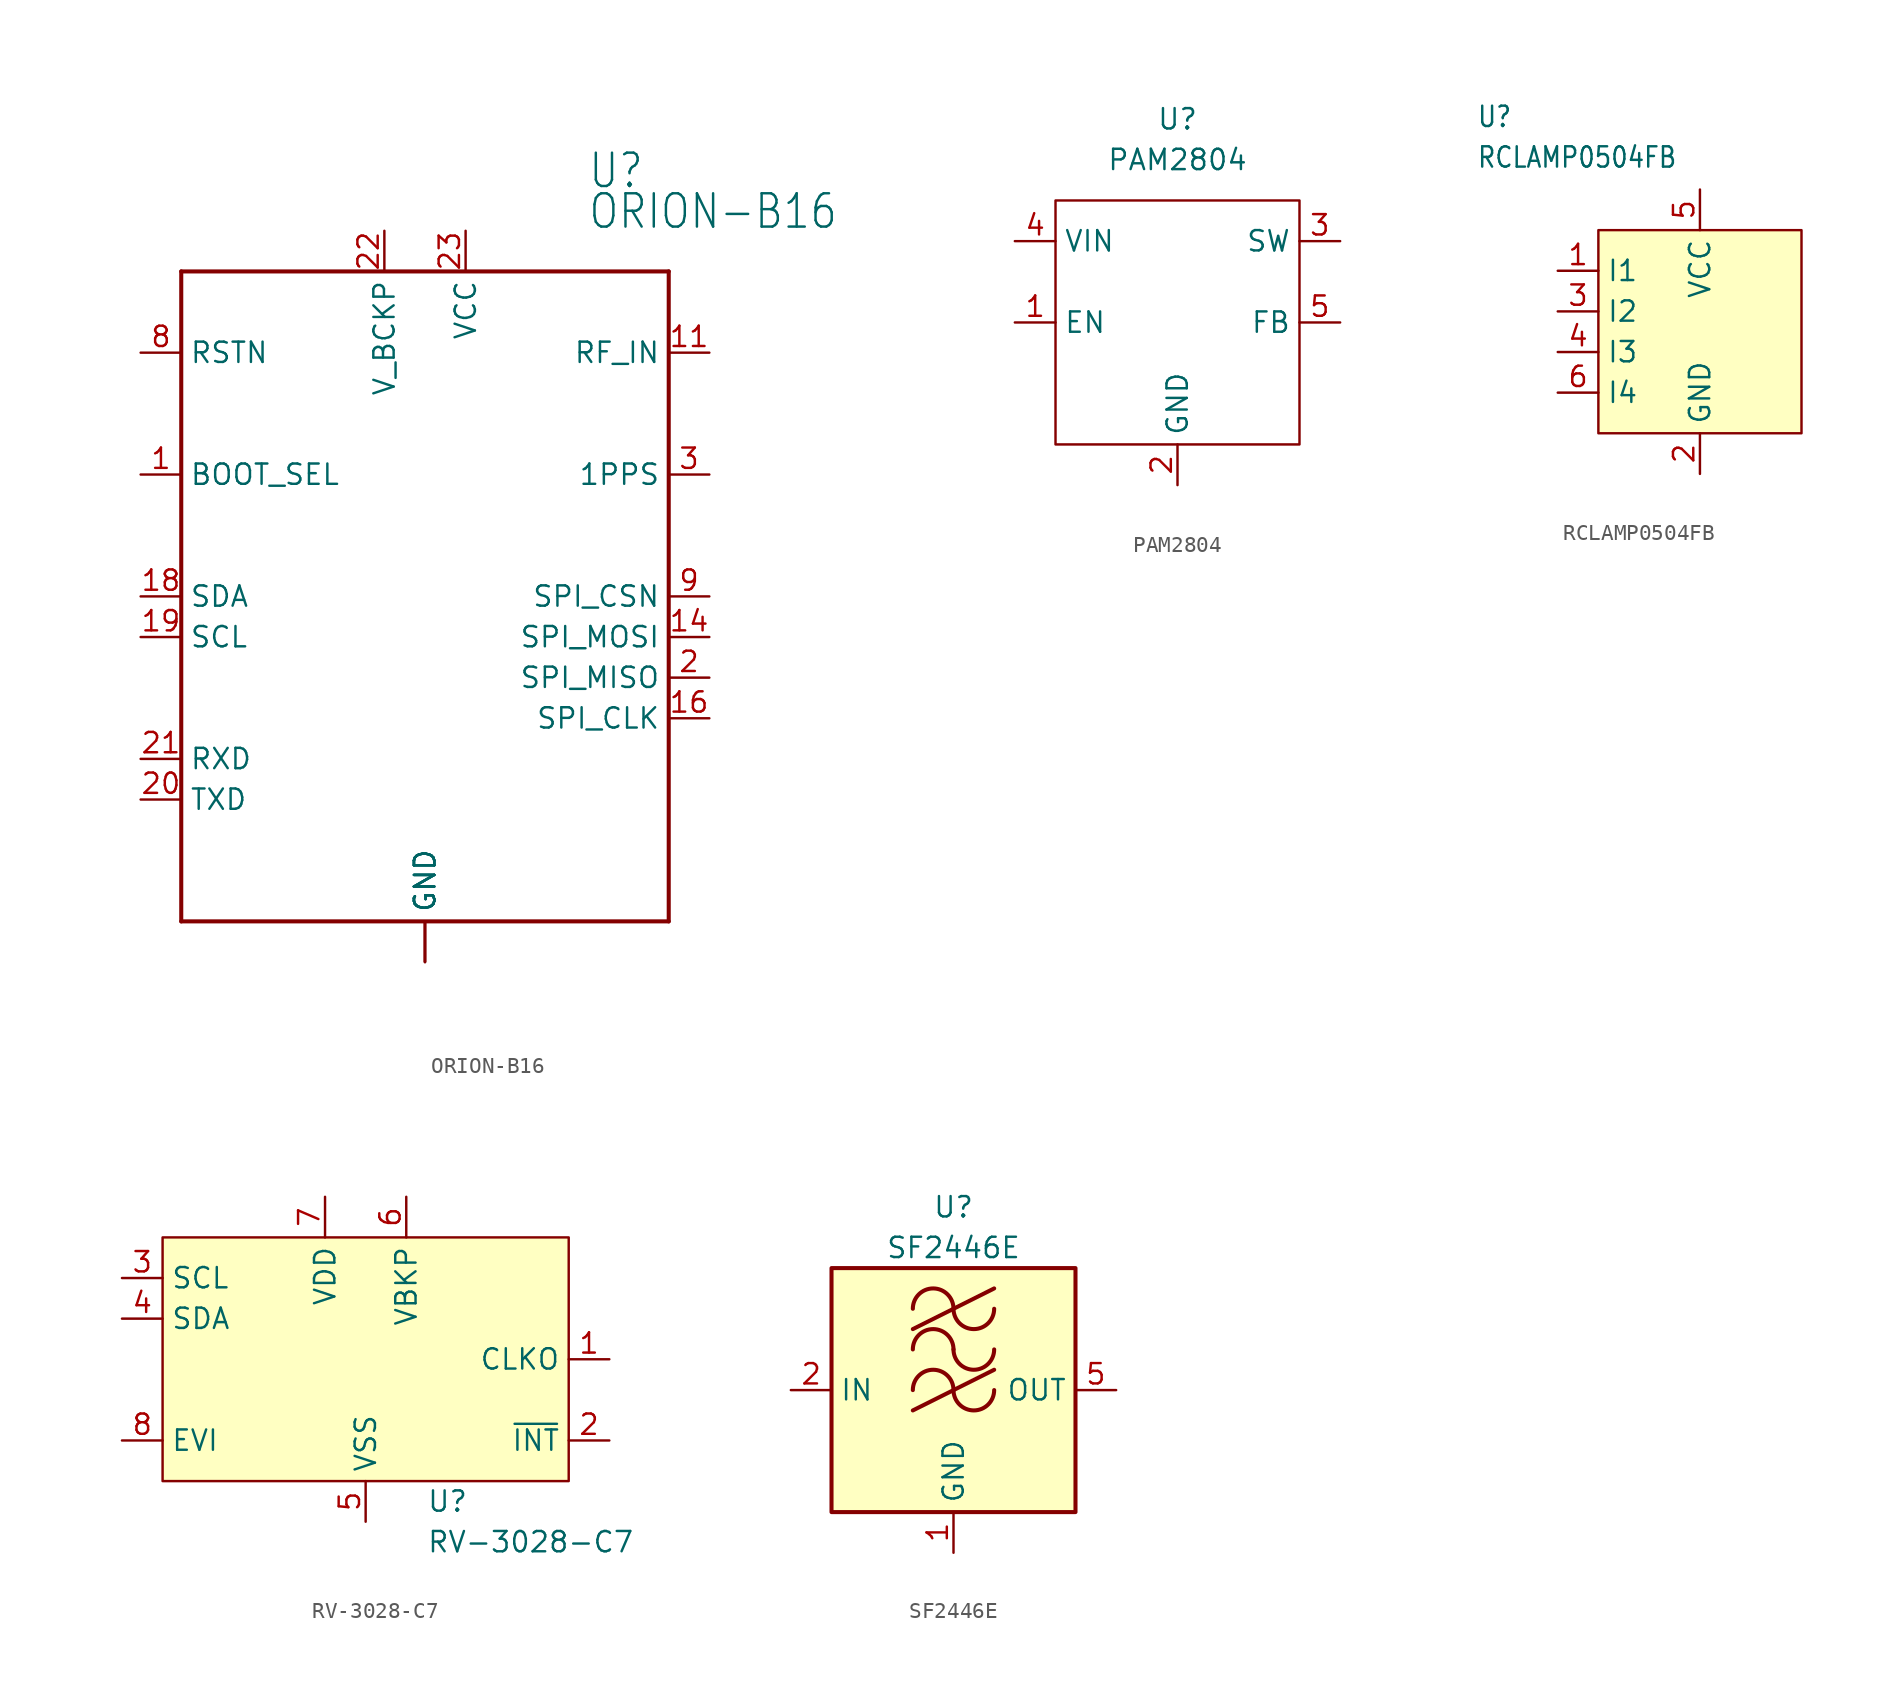
<source format=kicad_sym>
(kicad_symbol_lib
  (version 20220914)
  (generator kicad_symbol_editor)
  (symbol "ORION-B16"
    (property "Reference" "U"
      (at 10.16 25.4 0)
      (effects (font (size 2.083 1.77)) (justify left bottom)))
    (property "Value" "ORION-B16"
      (at 10.16 22.86 0)
      (effects (font (size 2.083 1.77)) (justify left bottom)))
    (symbol "ORION-B16_1_0"
      (polyline (pts (xy -15.24 -20.32) (xy -15.24 20.32)) (stroke (width 0.254) (type default)) (fill (type none)))
      (polyline (pts (xy -15.24 20.32) (xy 15.24 20.32)) (stroke (width 0.254) (type default)) (fill (type none)))
      (polyline (pts (xy 15.24 -20.32) (xy -15.24 -20.32)) (stroke (width 0.254) (type default)) (fill (type none)))
      (polyline (pts (xy 15.24 20.32) (xy 15.24 -20.32)) (stroke (width 0.254) (type default)) (fill (type none)))
      (pin input line (at -17.78 7.62 0) (length 2.54) (name "BOOT_SEL" (effects (font (size 1.27 1.27)))) (number "1" (effects (font (size 1.27 1.27)))))
      (pin power_in line (at 0 -22.86 90) (length 2.54) (name "GND" (effects (font (size 1.27 1.27)))) (number "10" (effects (font (size 0 0)))))
      (pin input line (at 17.78 15.24 180) (length 2.54) (name "RF_IN" (effects (font (size 1.27 1.27)))) (number "11" (effects (font (size 1.27 1.27)))))
      (pin power_in line (at 0 -22.86 90) (length 2.54) (name "GND" (effects (font (size 1.27 1.27)))) (number "12" (effects (font (size 0 0)))))
      (pin power_in line (at 0 -22.86 90) (length 2.54) (name "GND" (effects (font (size 1.27 1.27)))) (number "13" (effects (font (size 0 0)))))
      (pin input line (at 17.78 -2.54 180) (length 2.54) (name "SPI_MOSI" (effects (font (size 1.27 1.27)))) (number "14" (effects (font (size 1.27 1.27)))))
      (pin input line (at 17.78 -7.62 180) (length 2.54) (name "SPI_CLK" (effects (font (size 1.27 1.27)))) (number "16" (effects (font (size 1.27 1.27)))))
      (pin bidirectional line (at -17.78 0 0) (length 2.54) (name "SDA" (effects (font (size 1.27 1.27)))) (number "18" (effects (font (size 1.27 1.27)))))
      (pin input line (at -17.78 -2.54 0) (length 2.54) (name "SCL" (effects (font (size 1.27 1.27)))) (number "19" (effects (font (size 1.27 1.27)))))
      (pin output line (at 17.78 -5.08 180) (length 2.54) (name "SPI_MISO" (effects (font (size 1.27 1.27)))) (number "2" (effects (font (size 1.27 1.27)))))
      (pin bidirectional line (at -17.78 -12.7 0) (length 2.54) (name "TXD" (effects (font (size 1.27 1.27)))) (number "20" (effects (font (size 1.27 1.27)))))
      (pin input line (at -17.78 -10.16 0) (length 2.54) (name "RXD" (effects (font (size 1.27 1.27)))) (number "21" (effects (font (size 1.27 1.27)))))
      (pin power_in line (at -2.54 22.86 270) (length 2.54) (name "V_BCKP" (effects (font (size 1.27 1.27)))) (number "22" (effects (font (size 1.27 1.27)))))
      (pin power_in line (at 2.54 22.86 270) (length 2.54) (name "VCC" (effects (font (size 1.27 1.27)))) (number "23" (effects (font (size 1.27 1.27)))))
      (pin power_in line (at 0 -22.86 90) (length 2.54) (name "GND" (effects (font (size 1.27 1.27)))) (number "24" (effects (font (size 0 0)))))
      (pin output line (at 17.78 7.62 180) (length 2.54) (name "1PPS" (effects (font (size 1.27 1.27)))) (number "3" (effects (font (size 1.27 1.27)))))
      (pin input line (at -17.78 15.24 0) (length 2.54) (name "RSTN" (effects (font (size 1.27 1.27)))) (number "8" (effects (font (size 1.27 1.27)))))
      (pin input line (at 17.78 0 180) (length 2.54) (name "SPI_CSN" (effects (font (size 1.27 1.27)))) (number "9" (effects (font (size 1.27 1.27)))))))
  (symbol "PAM2804"
    (property "Reference" "U"
      (at 0 12.7 0)
      (effects (font (size 1.27 1.27))))
    (property "Value" "PAM2804"
      (at 0 10.16 0)
      (effects (font (size 1.27 1.27))))
    (symbol "PAM2804_0_1"
      (rectangle (start -7.62 7.62) (end 7.62 -7.62) (stroke (width 0.152) (type default)) (fill (type none))))
    (symbol "PAM2804_1_1"
      (pin input line (at -10.16 0 0) (length 2.54) (name "EN" (effects (font (size 1.27 1.27)))) (number "1" (effects (font (size 1.27 1.27)))))
      (pin power_in line (at 0 -10.16 90) (length 2.54) (name "GND" (effects (font (size 1.27 1.27)))) (number "2" (effects (font (size 1.27 1.27)))))
      (pin power_out line (at 10.16 5.08 180) (length 2.54) (name "SW" (effects (font (size 1.27 1.27)))) (number "3" (effects (font (size 1.27 1.27)))))
      (pin power_in line (at -10.16 5.08 0) (length 2.54) (name "VIN" (effects (font (size 1.27 1.27)))) (number "4" (effects (font (size 1.27 1.27)))))
      (pin input line (at 10.16 0 180) (length 2.54) (name "FB" (effects (font (size 1.27 1.27)))) (number "5" (effects (font (size 1.27 1.27)))))))
  (symbol "RCLAMP0504FB"
    (property "Reference" "U"
      (at -13.97 12.7 0)
      (effects (font (size 1.27 1.079)) (justify left bottom)))
    (property "Value" "RCLAMP0504FB"
      (at -13.97 10.16 0)
      (effects (font (size 1.27 1.079)) (justify left bottom)))
    (symbol "RCLAMP0504FB_1_0"
      (pin bidirectional line (at -8.89 3.81 0) (length 2.54) (name "I1" (effects (font (size 1.27 1.27)))) (number "1" (effects (font (size 1.27 1.27)))))
      (pin power_in line (at 0 -8.89 90) (length 2.54) (name "GND" (effects (font (size 1.27 1.27)))) (number "2" (effects (font (size 1.27 1.27)))))
      (pin bidirectional line (at -8.89 1.27 0) (length 2.54) (name "I2" (effects (font (size 1.27 1.27)))) (number "3" (effects (font (size 1.27 1.27)))))
      (pin bidirectional line (at -8.89 -1.27 0) (length 2.54) (name "I3" (effects (font (size 1.27 1.27)))) (number "4" (effects (font (size 1.27 1.27)))))
      (pin power_in line (at 0 8.89 270) (length 2.54) (name "VCC" (effects (font (size 1.27 1.27)))) (number "5" (effects (font (size 1.27 1.27)))))
      (pin bidirectional line (at -8.89 -3.81 0) (length 2.54) (name "I4" (effects (font (size 1.27 1.27)))) (number "6" (effects (font (size 1.27 1.27))))))
    (symbol "RCLAMP0504FB_1_1"
      (rectangle (start -6.35 6.35) (end 6.35 -6.35) (stroke (width 0) (type default)) (fill (type background)))))
  (symbol "RV-3028-C7"
    (property "Reference" "U"
      (at 3.81 -8.89 0)
      (effects (font (size 1.27 1.27)) (justify left)))
    (property "Value" "RV-3028-C7"
      (at 3.81 -11.43 0)
      (effects (font (size 1.27 1.27)) (justify left)))
    (symbol "RV-3028-C7_1_0"
      (pin output line (at 15.24 0 180) (length 2.54) (name "CLKO" (effects (font (size 1.27 1.27)))) (number "1" (effects (font (size 1.27 1.27)))))
      (pin output line (at 15.24 -5.08 180) (length 2.54) (name "~{INT}" (effects (font (size 1.27 1.27)))) (number "2" (effects (font (size 1.27 1.27)))))
      (pin input line (at -15.24 5.08 0) (length 2.54) (name "SCL" (effects (font (size 1.27 1.27)))) (number "3" (effects (font (size 1.27 1.27)))))
      (pin bidirectional line (at -15.24 2.54 0) (length 2.54) (name "SDA" (effects (font (size 1.27 1.27)))) (number "4" (effects (font (size 1.27 1.27)))))
      (pin power_in line (at 0 -10.16 90) (length 2.54) (name "VSS" (effects (font (size 1.27 1.27)))) (number "5" (effects (font (size 1.27 1.27)))))
      (pin power_in line (at 2.54 10.16 270) (length 2.54) (name "VBKP" (effects (font (size 1.27 1.27)))) (number "6" (effects (font (size 1.27 1.27)))))
      (pin power_in line (at -2.54 10.16 270) (length 2.54) (name "VDD" (effects (font (size 1.27 1.27)))) (number "7" (effects (font (size 1.27 1.27)))))
      (pin input line (at -15.24 -5.08 0) (length 2.54) (name "EVI" (effects (font (size 1.27 1.27)))) (number "8" (effects (font (size 1.27 1.27))))))
    (symbol "RV-3028-C7_1_1"
      (rectangle (start -12.7 7.62) (end 12.7 -7.62) (stroke (width 0) (type default)) (fill (type background)))))
  (symbol "SF2446E"
    (property "Reference" "U"
      (at 0 11.43 0)
      (effects (font (size 1.27 1.27))))
    (property "Value" "SF2446E"
      (at 0 8.89 0)
      (effects (font (size 1.27 1.27))))
    (symbol "SF2446E_1_1"
      (rectangle (start -7.62 7.62) (end 7.62 -7.62) (stroke (width 0.254) (type default)) (fill (type background)))
      (arc (start 0 0) (mid -1.27 1.2645) (end -2.54 0) (stroke (width 0.254) (type default)) (fill (type none)))
      (polyline (pts (xy -2.54 -1.27) (xy 2.54 1.27)) (stroke (width 0.254) (type default)) (fill (type none)))
      (polyline (pts (xy -2.54 3.81) (xy 2.54 6.35)) (stroke (width 0.254) (type default)) (fill (type none)))
      (arc (start 0 0) (mid 1.27 -1.2645) (end 2.54 0) (stroke (width 0.254) (type default)) (fill (type none)))
      (arc (start 0 2.54) (mid -1.27 3.8045) (end -2.54 2.54) (stroke (width 0.254) (type default)) (fill (type none)))
      (arc (start 0 2.54) (mid 1.27 1.2755) (end 2.54 2.54) (stroke (width 0.254) (type default)) (fill (type none)))
      (arc (start 0 5.08) (mid -1.27 6.3445) (end -2.54 5.08) (stroke (width 0.254) (type default)) (fill (type none)))
      (arc (start 0 5.08) (mid 1.27 3.8155) (end 2.54 5.08) (stroke (width 0.254) (type default)) (fill (type none)))
      (pin power_in line (at 0 -10.16 90) (length 2.54) (name "GND" (effects (font (size 1.27 1.27)))) (number "1" (effects (font (size 1.27 1.27)))))
      (pin passive line (at -10.16 0 0) (length 2.54) (name "IN" (effects (font (size 1.27 1.27)))) (number "2" (effects (font (size 1.27 1.27)))))
      (pin power_in line (at 0 -10.16 90) (length 2.54) hide (name "GND" (effects (font (size 1.27 1.27)))) (number "3" (effects (font (size 1.27 1.27)))))
      (pin power_in line (at 0 -10.16 90) (length 2.54) hide (name "GND" (effects (font (size 1.27 1.27)))) (number "4" (effects (font (size 1.27 1.27)))))
      (pin passive line (at 10.16 0 180) (length 2.54) (name "OUT" (effects (font (size 1.27 1.27)))) (number "5" (effects (font (size 1.27 1.27)))))
      (pin power_in line (at 0 -10.16 90) (length 2.54) hide (name "GND" (effects (font (size 1.27 1.27)))) (number "6" (effects (font (size 1.27 1.27))))))))
</source>
